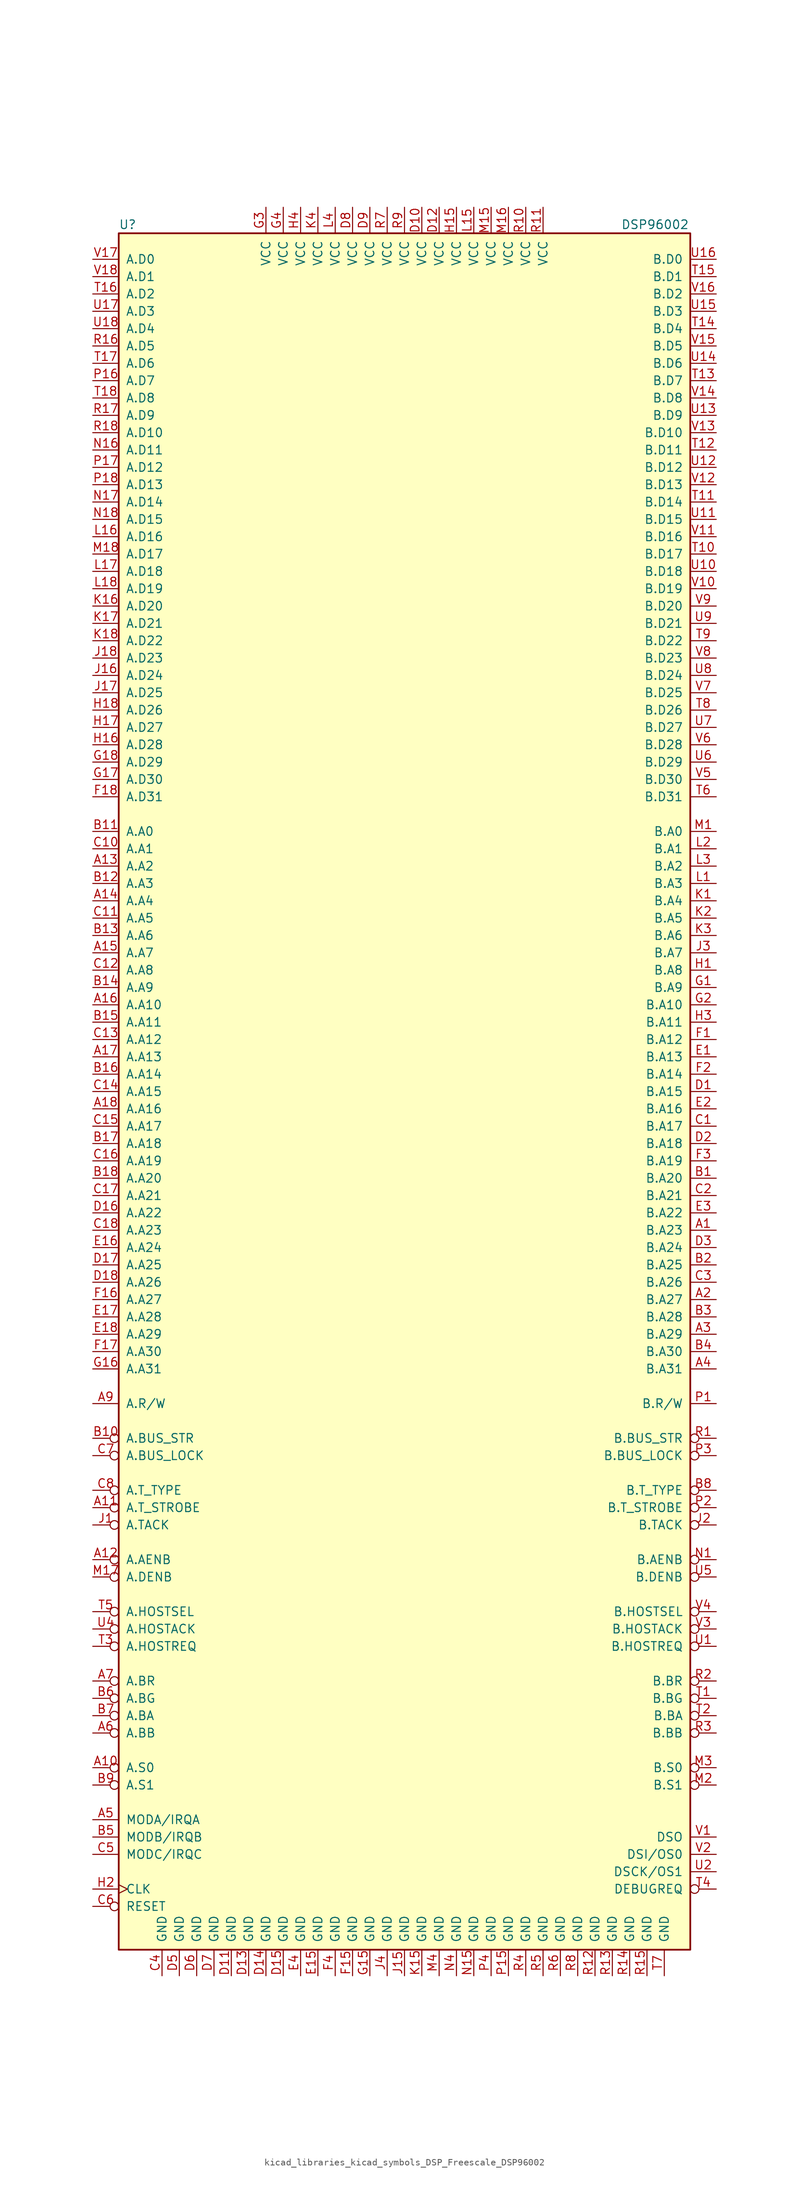
<source format=kicad_sym>
(kicad_symbol_lib
  (version 20220914)
  (generator kicad_symbol_editor)
  (symbol "kicad_libraries_kicad_symbols_DSP_Freescale_DSP96002"
    (pin_names
      (offset 1.016))
    (property "Reference" "U"
      (at -41.91 127 0)
      (effects (font (size 1.27 1.27)) (justify left)))
    (property "Value" "DSP96002"
      (at 31.75 127 0)
      (effects (font (size 1.27 1.27)) (justify left)))
    (symbol "kicad_libraries_kicad_symbols_DSP_Freescale_DSP96002_0_1"
      (rectangle (start -41.91 -125.73) (end 41.91 125.73) (stroke (width 0.254) (type default)) (fill (type background))))
    (symbol "kicad_libraries_kicad_symbols_DSP_Freescale_DSP96002_1_1"
      (pin tri_state line (at 45.72 -20.32 180) (length 3.81) (name "B.A23" (effects (font (size 1.27 1.27)))) (number "A1" (effects (font (size 1.27 1.27)))))
      (pin tri_state inverted (at -45.72 -99.06 0) (length 3.81) (name "A.S0" (effects (font (size 1.27 1.27)))) (number "A10" (effects (font (size 1.27 1.27)))))
      (pin tri_state inverted (at -45.72 -60.96 0) (length 3.81) (name "A.T_STROBE" (effects (font (size 1.27 1.27)))) (number "A11" (effects (font (size 1.27 1.27)))))
      (pin input inverted (at -45.72 -68.58 0) (length 3.81) (name "A.AENB" (effects (font (size 1.27 1.27)))) (number "A12" (effects (font (size 1.27 1.27)))))
      (pin tri_state line (at -45.72 33.02 0) (length 3.81) (name "A.A2" (effects (font (size 1.27 1.27)))) (number "A13" (effects (font (size 1.27 1.27)))))
      (pin tri_state line (at -45.72 27.94 0) (length 3.81) (name "A.A4" (effects (font (size 1.27 1.27)))) (number "A14" (effects (font (size 1.27 1.27)))))
      (pin tri_state line (at -45.72 20.32 0) (length 3.81) (name "A.A7" (effects (font (size 1.27 1.27)))) (number "A15" (effects (font (size 1.27 1.27)))))
      (pin tri_state line (at -45.72 12.7 0) (length 3.81) (name "A.A10" (effects (font (size 1.27 1.27)))) (number "A16" (effects (font (size 1.27 1.27)))))
      (pin tri_state line (at -45.72 5.08 0) (length 3.81) (name "A.A13" (effects (font (size 1.27 1.27)))) (number "A17" (effects (font (size 1.27 1.27)))))
      (pin tri_state line (at -45.72 -2.54 0) (length 3.81) (name "A.A16" (effects (font (size 1.27 1.27)))) (number "A18" (effects (font (size 1.27 1.27)))))
      (pin tri_state line (at 45.72 -30.48 180) (length 3.81) (name "B.A27" (effects (font (size 1.27 1.27)))) (number "A2" (effects (font (size 1.27 1.27)))))
      (pin tri_state line (at 45.72 -35.56 180) (length 3.81) (name "B.A29" (effects (font (size 1.27 1.27)))) (number "A3" (effects (font (size 1.27 1.27)))))
      (pin tri_state line (at 45.72 -40.64 180) (length 3.81) (name "B.A31" (effects (font (size 1.27 1.27)))) (number "A4" (effects (font (size 1.27 1.27)))))
      (pin input line (at -45.72 -106.68 0) (length 3.81) (name "MODA/IRQA" (effects (font (size 1.27 1.27)))) (number "A5" (effects (font (size 1.27 1.27)))))
      (pin input inverted (at -45.72 -93.98 0) (length 3.81) (name "A.BB" (effects (font (size 1.27 1.27)))) (number "A6" (effects (font (size 1.27 1.27)))))
      (pin output inverted (at -45.72 -86.36 0) (length 3.81) (name "A.BR" (effects (font (size 1.27 1.27)))) (number "A7" (effects (font (size 1.27 1.27)))))
      (pin tri_state line (at -45.72 -45.72 0) (length 3.81) (name "A.R/W" (effects (font (size 1.27 1.27)))) (number "A9" (effects (font (size 1.27 1.27)))))
      (pin tri_state line (at 45.72 -12.7 180) (length 3.81) (name "B.A20" (effects (font (size 1.27 1.27)))) (number "B1" (effects (font (size 1.27 1.27)))))
      (pin output inverted (at -45.72 -50.8 0) (length 3.81) (name "A.BUS_STR" (effects (font (size 1.27 1.27)))) (number "B10" (effects (font (size 1.27 1.27)))))
      (pin tri_state line (at -45.72 38.1 0) (length 3.81) (name "A.A0" (effects (font (size 1.27 1.27)))) (number "B11" (effects (font (size 1.27 1.27)))))
      (pin tri_state line (at -45.72 30.48 0) (length 3.81) (name "A.A3" (effects (font (size 1.27 1.27)))) (number "B12" (effects (font (size 1.27 1.27)))))
      (pin tri_state line (at -45.72 22.86 0) (length 3.81) (name "A.A6" (effects (font (size 1.27 1.27)))) (number "B13" (effects (font (size 1.27 1.27)))))
      (pin tri_state line (at -45.72 15.24 0) (length 3.81) (name "A.A9" (effects (font (size 1.27 1.27)))) (number "B14" (effects (font (size 1.27 1.27)))))
      (pin tri_state line (at -45.72 10.16 0) (length 3.81) (name "A.A11" (effects (font (size 1.27 1.27)))) (number "B15" (effects (font (size 1.27 1.27)))))
      (pin tri_state line (at -45.72 2.54 0) (length 3.81) (name "A.A14" (effects (font (size 1.27 1.27)))) (number "B16" (effects (font (size 1.27 1.27)))))
      (pin tri_state line (at -45.72 -7.62 0) (length 3.81) (name "A.A18" (effects (font (size 1.27 1.27)))) (number "B17" (effects (font (size 1.27 1.27)))))
      (pin tri_state line (at -45.72 -12.7 0) (length 3.81) (name "A.A20" (effects (font (size 1.27 1.27)))) (number "B18" (effects (font (size 1.27 1.27)))))
      (pin tri_state line (at 45.72 -25.4 180) (length 3.81) (name "B.A25" (effects (font (size 1.27 1.27)))) (number "B2" (effects (font (size 1.27 1.27)))))
      (pin tri_state line (at 45.72 -33.02 180) (length 3.81) (name "B.A28" (effects (font (size 1.27 1.27)))) (number "B3" (effects (font (size 1.27 1.27)))))
      (pin tri_state line (at 45.72 -38.1 180) (length 3.81) (name "B.A30" (effects (font (size 1.27 1.27)))) (number "B4" (effects (font (size 1.27 1.27)))))
      (pin input line (at -45.72 -109.22 0) (length 3.81) (name "MODB/IRQB" (effects (font (size 1.27 1.27)))) (number "B5" (effects (font (size 1.27 1.27)))))
      (pin input inverted (at -45.72 -88.9 0) (length 3.81) (name "A.BG" (effects (font (size 1.27 1.27)))) (number "B6" (effects (font (size 1.27 1.27)))))
      (pin open_collector inverted (at -45.72 -91.44 0) (length 3.81) (name "A.BA" (effects (font (size 1.27 1.27)))) (number "B7" (effects (font (size 1.27 1.27)))))
      (pin output inverted (at 45.72 -58.42 180) (length 3.81) (name "B.T_TYPE" (effects (font (size 1.27 1.27)))) (number "B8" (effects (font (size 1.27 1.27)))))
      (pin tri_state inverted (at -45.72 -101.6 0) (length 3.81) (name "A.S1" (effects (font (size 1.27 1.27)))) (number "B9" (effects (font (size 1.27 1.27)))))
      (pin tri_state line (at 45.72 -5.08 180) (length 3.81) (name "B.A17" (effects (font (size 1.27 1.27)))) (number "C1" (effects (font (size 1.27 1.27)))))
      (pin tri_state line (at -45.72 35.56 0) (length 3.81) (name "A.A1" (effects (font (size 1.27 1.27)))) (number "C10" (effects (font (size 1.27 1.27)))))
      (pin tri_state line (at -45.72 25.4 0) (length 3.81) (name "A.A5" (effects (font (size 1.27 1.27)))) (number "C11" (effects (font (size 1.27 1.27)))))
      (pin tri_state line (at -45.72 17.78 0) (length 3.81) (name "A.A8" (effects (font (size 1.27 1.27)))) (number "C12" (effects (font (size 1.27 1.27)))))
      (pin tri_state line (at -45.72 7.62 0) (length 3.81) (name "A.A12" (effects (font (size 1.27 1.27)))) (number "C13" (effects (font (size 1.27 1.27)))))
      (pin tri_state line (at -45.72 0 0) (length 3.81) (name "A.A15" (effects (font (size 1.27 1.27)))) (number "C14" (effects (font (size 1.27 1.27)))))
      (pin tri_state line (at -45.72 -5.08 0) (length 3.81) (name "A.A17" (effects (font (size 1.27 1.27)))) (number "C15" (effects (font (size 1.27 1.27)))))
      (pin tri_state line (at -45.72 -10.16 0) (length 3.81) (name "A.A19" (effects (font (size 1.27 1.27)))) (number "C16" (effects (font (size 1.27 1.27)))))
      (pin tri_state line (at -45.72 -15.24 0) (length 3.81) (name "A.A21" (effects (font (size 1.27 1.27)))) (number "C17" (effects (font (size 1.27 1.27)))))
      (pin tri_state line (at -45.72 -20.32 0) (length 3.81) (name "A.A23" (effects (font (size 1.27 1.27)))) (number "C18" (effects (font (size 1.27 1.27)))))
      (pin tri_state line (at 45.72 -15.24 180) (length 3.81) (name "B.A21" (effects (font (size 1.27 1.27)))) (number "C2" (effects (font (size 1.27 1.27)))))
      (pin tri_state line (at 45.72 -27.94 180) (length 3.81) (name "B.A26" (effects (font (size 1.27 1.27)))) (number "C3" (effects (font (size 1.27 1.27)))))
      (pin power_in line (at -35.56 -129.54 90) (length 3.81) (name "GND" (effects (font (size 1.27 1.27)))) (number "C4" (effects (font (size 1.27 1.27)))))
      (pin input line (at -45.72 -111.76 0) (length 3.81) (name "MODC/IRQC" (effects (font (size 1.27 1.27)))) (number "C5" (effects (font (size 1.27 1.27)))))
      (pin input inverted (at -45.72 -119.38 0) (length 3.81) (name "RESET" (effects (font (size 1.27 1.27)))) (number "C6" (effects (font (size 1.27 1.27)))))
      (pin output inverted (at -45.72 -53.34 0) (length 3.81) (name "A.BUS_LOCK" (effects (font (size 1.27 1.27)))) (number "C7" (effects (font (size 1.27 1.27)))))
      (pin output inverted (at -45.72 -58.42 0) (length 3.81) (name "A.T_TYPE" (effects (font (size 1.27 1.27)))) (number "C8" (effects (font (size 1.27 1.27)))))
      (pin tri_state line (at 45.72 0 180) (length 3.81) (name "B.A15" (effects (font (size 1.27 1.27)))) (number "D1" (effects (font (size 1.27 1.27)))))
      (pin power_in line (at 2.54 129.54 270) (length 3.81) (name "VCC" (effects (font (size 1.27 1.27)))) (number "D10" (effects (font (size 1.27 1.27)))))
      (pin power_in line (at -25.4 -129.54 90) (length 3.81) (name "GND" (effects (font (size 1.27 1.27)))) (number "D11" (effects (font (size 1.27 1.27)))))
      (pin power_in line (at 5.08 129.54 270) (length 3.81) (name "VCC" (effects (font (size 1.27 1.27)))) (number "D12" (effects (font (size 1.27 1.27)))))
      (pin power_in line (at -22.86 -129.54 90) (length 3.81) (name "GND" (effects (font (size 1.27 1.27)))) (number "D13" (effects (font (size 1.27 1.27)))))
      (pin power_in line (at -20.32 -129.54 90) (length 3.81) (name "GND" (effects (font (size 1.27 1.27)))) (number "D14" (effects (font (size 1.27 1.27)))))
      (pin power_in line (at -17.78 -129.54 90) (length 3.81) (name "GND" (effects (font (size 1.27 1.27)))) (number "D15" (effects (font (size 1.27 1.27)))))
      (pin tri_state line (at -45.72 -17.78 0) (length 3.81) (name "A.A22" (effects (font (size 1.27 1.27)))) (number "D16" (effects (font (size 1.27 1.27)))))
      (pin tri_state line (at -45.72 -25.4 0) (length 3.81) (name "A.A25" (effects (font (size 1.27 1.27)))) (number "D17" (effects (font (size 1.27 1.27)))))
      (pin tri_state line (at -45.72 -27.94 0) (length 3.81) (name "A.A26" (effects (font (size 1.27 1.27)))) (number "D18" (effects (font (size 1.27 1.27)))))
      (pin tri_state line (at 45.72 -7.62 180) (length 3.81) (name "B.A18" (effects (font (size 1.27 1.27)))) (number "D2" (effects (font (size 1.27 1.27)))))
      (pin tri_state line (at 45.72 -22.86 180) (length 3.81) (name "B.A24" (effects (font (size 1.27 1.27)))) (number "D3" (effects (font (size 1.27 1.27)))))
      (pin power_in line (at -33.02 -129.54 90) (length 3.81) (name "GND" (effects (font (size 1.27 1.27)))) (number "D5" (effects (font (size 1.27 1.27)))))
      (pin power_in line (at -30.48 -129.54 90) (length 3.81) (name "GND" (effects (font (size 1.27 1.27)))) (number "D6" (effects (font (size 1.27 1.27)))))
      (pin power_in line (at -27.94 -129.54 90) (length 3.81) (name "GND" (effects (font (size 1.27 1.27)))) (number "D7" (effects (font (size 1.27 1.27)))))
      (pin power_in line (at -7.62 129.54 270) (length 3.81) (name "VCC" (effects (font (size 1.27 1.27)))) (number "D8" (effects (font (size 1.27 1.27)))))
      (pin power_in line (at -5.08 129.54 270) (length 3.81) (name "VCC" (effects (font (size 1.27 1.27)))) (number "D9" (effects (font (size 1.27 1.27)))))
      (pin tri_state line (at 45.72 5.08 180) (length 3.81) (name "B.A13" (effects (font (size 1.27 1.27)))) (number "E1" (effects (font (size 1.27 1.27)))))
      (pin power_in line (at -12.7 -129.54 90) (length 3.81) (name "GND" (effects (font (size 1.27 1.27)))) (number "E15" (effects (font (size 1.27 1.27)))))
      (pin tri_state line (at -45.72 -22.86 0) (length 3.81) (name "A.A24" (effects (font (size 1.27 1.27)))) (number "E16" (effects (font (size 1.27 1.27)))))
      (pin tri_state line (at -45.72 -33.02 0) (length 3.81) (name "A.A28" (effects (font (size 1.27 1.27)))) (number "E17" (effects (font (size 1.27 1.27)))))
      (pin tri_state line (at -45.72 -35.56 0) (length 3.81) (name "A.A29" (effects (font (size 1.27 1.27)))) (number "E18" (effects (font (size 1.27 1.27)))))
      (pin tri_state line (at 45.72 -2.54 180) (length 3.81) (name "B.A16" (effects (font (size 1.27 1.27)))) (number "E2" (effects (font (size 1.27 1.27)))))
      (pin tri_state line (at 45.72 -17.78 180) (length 3.81) (name "B.A22" (effects (font (size 1.27 1.27)))) (number "E3" (effects (font (size 1.27 1.27)))))
      (pin power_in line (at -15.24 -129.54 90) (length 3.81) (name "GND" (effects (font (size 1.27 1.27)))) (number "E4" (effects (font (size 1.27 1.27)))))
      (pin tri_state line (at 45.72 7.62 180) (length 3.81) (name "B.A12" (effects (font (size 1.27 1.27)))) (number "F1" (effects (font (size 1.27 1.27)))))
      (pin power_in line (at -7.62 -129.54 90) (length 3.81) (name "GND" (effects (font (size 1.27 1.27)))) (number "F15" (effects (font (size 1.27 1.27)))))
      (pin tri_state line (at -45.72 -30.48 0) (length 3.81) (name "A.A27" (effects (font (size 1.27 1.27)))) (number "F16" (effects (font (size 1.27 1.27)))))
      (pin tri_state line (at -45.72 -38.1 0) (length 3.81) (name "A.A30" (effects (font (size 1.27 1.27)))) (number "F17" (effects (font (size 1.27 1.27)))))
      (pin tri_state line (at -45.72 43.18 0) (length 3.81) (name "A.D31" (effects (font (size 1.27 1.27)))) (number "F18" (effects (font (size 1.27 1.27)))))
      (pin tri_state line (at 45.72 2.54 180) (length 3.81) (name "B.A14" (effects (font (size 1.27 1.27)))) (number "F2" (effects (font (size 1.27 1.27)))))
      (pin tri_state line (at 45.72 -10.16 180) (length 3.81) (name "B.A19" (effects (font (size 1.27 1.27)))) (number "F3" (effects (font (size 1.27 1.27)))))
      (pin power_in line (at -10.16 -129.54 90) (length 3.81) (name "GND" (effects (font (size 1.27 1.27)))) (number "F4" (effects (font (size 1.27 1.27)))))
      (pin tri_state line (at 45.72 15.24 180) (length 3.81) (name "B.A9" (effects (font (size 1.27 1.27)))) (number "G1" (effects (font (size 1.27 1.27)))))
      (pin power_in line (at -5.08 -129.54 90) (length 3.81) (name "GND" (effects (font (size 1.27 1.27)))) (number "G15" (effects (font (size 1.27 1.27)))))
      (pin tri_state line (at -45.72 -40.64 0) (length 3.81) (name "A.A31" (effects (font (size 1.27 1.27)))) (number "G16" (effects (font (size 1.27 1.27)))))
      (pin tri_state line (at -45.72 45.72 0) (length 3.81) (name "A.D30" (effects (font (size 1.27 1.27)))) (number "G17" (effects (font (size 1.27 1.27)))))
      (pin tri_state line (at -45.72 48.26 0) (length 3.81) (name "A.D29" (effects (font (size 1.27 1.27)))) (number "G18" (effects (font (size 1.27 1.27)))))
      (pin tri_state line (at 45.72 12.7 180) (length 3.81) (name "B.A10" (effects (font (size 1.27 1.27)))) (number "G2" (effects (font (size 1.27 1.27)))))
      (pin power_in line (at -20.32 129.54 270) (length 3.81) (name "VCC" (effects (font (size 1.27 1.27)))) (number "G3" (effects (font (size 1.27 1.27)))))
      (pin power_in line (at -17.78 129.54 270) (length 3.81) (name "VCC" (effects (font (size 1.27 1.27)))) (number "G4" (effects (font (size 1.27 1.27)))))
      (pin tri_state line (at 45.72 17.78 180) (length 3.81) (name "B.A8" (effects (font (size 1.27 1.27)))) (number "H1" (effects (font (size 1.27 1.27)))))
      (pin power_in line (at 7.62 129.54 270) (length 3.81) (name "VCC" (effects (font (size 1.27 1.27)))) (number "H15" (effects (font (size 1.27 1.27)))))
      (pin tri_state line (at -45.72 50.8 0) (length 3.81) (name "A.D28" (effects (font (size 1.27 1.27)))) (number "H16" (effects (font (size 1.27 1.27)))))
      (pin tri_state line (at -45.72 53.34 0) (length 3.81) (name "A.D27" (effects (font (size 1.27 1.27)))) (number "H17" (effects (font (size 1.27 1.27)))))
      (pin tri_state line (at -45.72 55.88 0) (length 3.81) (name "A.D26" (effects (font (size 1.27 1.27)))) (number "H18" (effects (font (size 1.27 1.27)))))
      (pin input clock (at -45.72 -116.84 0) (length 3.81) (name "CLK" (effects (font (size 1.27 1.27)))) (number "H2" (effects (font (size 1.27 1.27)))))
      (pin tri_state line (at 45.72 10.16 180) (length 3.81) (name "B.A11" (effects (font (size 1.27 1.27)))) (number "H3" (effects (font (size 1.27 1.27)))))
      (pin power_in line (at -15.24 129.54 270) (length 3.81) (name "VCC" (effects (font (size 1.27 1.27)))) (number "H4" (effects (font (size 1.27 1.27)))))
      (pin input inverted (at -45.72 -63.5 0) (length 3.81) (name "A.TACK" (effects (font (size 1.27 1.27)))) (number "J1" (effects (font (size 1.27 1.27)))))
      (pin power_in line (at 0 -129.54 90) (length 3.81) (name "GND" (effects (font (size 1.27 1.27)))) (number "J15" (effects (font (size 1.27 1.27)))))
      (pin tri_state line (at -45.72 60.96 0) (length 3.81) (name "A.D24" (effects (font (size 1.27 1.27)))) (number "J16" (effects (font (size 1.27 1.27)))))
      (pin tri_state line (at -45.72 58.42 0) (length 3.81) (name "A.D25" (effects (font (size 1.27 1.27)))) (number "J17" (effects (font (size 1.27 1.27)))))
      (pin tri_state line (at -45.72 63.5 0) (length 3.81) (name "A.D23" (effects (font (size 1.27 1.27)))) (number "J18" (effects (font (size 1.27 1.27)))))
      (pin input inverted (at 45.72 -63.5 180) (length 3.81) (name "B.TACK" (effects (font (size 1.27 1.27)))) (number "J2" (effects (font (size 1.27 1.27)))))
      (pin tri_state line (at 45.72 20.32 180) (length 3.81) (name "B.A7" (effects (font (size 1.27 1.27)))) (number "J3" (effects (font (size 1.27 1.27)))))
      (pin power_in line (at -2.54 -129.54 90) (length 3.81) (name "GND" (effects (font (size 1.27 1.27)))) (number "J4" (effects (font (size 1.27 1.27)))))
      (pin tri_state line (at 45.72 27.94 180) (length 3.81) (name "B.A4" (effects (font (size 1.27 1.27)))) (number "K1" (effects (font (size 1.27 1.27)))))
      (pin power_in line (at 2.54 -129.54 90) (length 3.81) (name "GND" (effects (font (size 1.27 1.27)))) (number "K15" (effects (font (size 1.27 1.27)))))
      (pin tri_state line (at -45.72 71.12 0) (length 3.81) (name "A.D20" (effects (font (size 1.27 1.27)))) (number "K16" (effects (font (size 1.27 1.27)))))
      (pin tri_state line (at -45.72 68.58 0) (length 3.81) (name "A.D21" (effects (font (size 1.27 1.27)))) (number "K17" (effects (font (size 1.27 1.27)))))
      (pin tri_state line (at -45.72 66.04 0) (length 3.81) (name "A.D22" (effects (font (size 1.27 1.27)))) (number "K18" (effects (font (size 1.27 1.27)))))
      (pin tri_state line (at 45.72 25.4 180) (length 3.81) (name "B.A5" (effects (font (size 1.27 1.27)))) (number "K2" (effects (font (size 1.27 1.27)))))
      (pin tri_state line (at 45.72 22.86 180) (length 3.81) (name "B.A6" (effects (font (size 1.27 1.27)))) (number "K3" (effects (font (size 1.27 1.27)))))
      (pin power_in line (at -12.7 129.54 270) (length 3.81) (name "VCC" (effects (font (size 1.27 1.27)))) (number "K4" (effects (font (size 1.27 1.27)))))
      (pin tri_state line (at 45.72 30.48 180) (length 3.81) (name "B.A3" (effects (font (size 1.27 1.27)))) (number "L1" (effects (font (size 1.27 1.27)))))
      (pin power_in line (at 10.16 129.54 270) (length 3.81) (name "VCC" (effects (font (size 1.27 1.27)))) (number "L15" (effects (font (size 1.27 1.27)))))
      (pin tri_state line (at -45.72 81.28 0) (length 3.81) (name "A.D16" (effects (font (size 1.27 1.27)))) (number "L16" (effects (font (size 1.27 1.27)))))
      (pin tri_state line (at -45.72 76.2 0) (length 3.81) (name "A.D18" (effects (font (size 1.27 1.27)))) (number "L17" (effects (font (size 1.27 1.27)))))
      (pin tri_state line (at -45.72 73.66 0) (length 3.81) (name "A.D19" (effects (font (size 1.27 1.27)))) (number "L18" (effects (font (size 1.27 1.27)))))
      (pin tri_state line (at 45.72 35.56 180) (length 3.81) (name "B.A1" (effects (font (size 1.27 1.27)))) (number "L2" (effects (font (size 1.27 1.27)))))
      (pin tri_state line (at 45.72 33.02 180) (length 3.81) (name "B.A2" (effects (font (size 1.27 1.27)))) (number "L3" (effects (font (size 1.27 1.27)))))
      (pin power_in line (at -10.16 129.54 270) (length 3.81) (name "VCC" (effects (font (size 1.27 1.27)))) (number "L4" (effects (font (size 1.27 1.27)))))
      (pin tri_state line (at 45.72 38.1 180) (length 3.81) (name "B.A0" (effects (font (size 1.27 1.27)))) (number "M1" (effects (font (size 1.27 1.27)))))
      (pin power_in line (at 12.7 129.54 270) (length 3.81) (name "VCC" (effects (font (size 1.27 1.27)))) (number "M15" (effects (font (size 1.27 1.27)))))
      (pin power_in line (at 15.24 129.54 270) (length 3.81) (name "VCC" (effects (font (size 1.27 1.27)))) (number "M16" (effects (font (size 1.27 1.27)))))
      (pin input inverted (at -45.72 -71.12 0) (length 3.81) (name "A.DENB" (effects (font (size 1.27 1.27)))) (number "M17" (effects (font (size 1.27 1.27)))))
      (pin tri_state line (at -45.72 78.74 0) (length 3.81) (name "A.D17" (effects (font (size 1.27 1.27)))) (number "M18" (effects (font (size 1.27 1.27)))))
      (pin tri_state inverted (at 45.72 -101.6 180) (length 3.81) (name "B.S1" (effects (font (size 1.27 1.27)))) (number "M2" (effects (font (size 1.27 1.27)))))
      (pin tri_state inverted (at 45.72 -99.06 180) (length 3.81) (name "B.S0" (effects (font (size 1.27 1.27)))) (number "M3" (effects (font (size 1.27 1.27)))))
      (pin power_in line (at 5.08 -129.54 90) (length 3.81) (name "GND" (effects (font (size 1.27 1.27)))) (number "M4" (effects (font (size 1.27 1.27)))))
      (pin input inverted (at 45.72 -68.58 180) (length 3.81) (name "B.AENB" (effects (font (size 1.27 1.27)))) (number "N1" (effects (font (size 1.27 1.27)))))
      (pin power_in line (at 10.16 -129.54 90) (length 3.81) (name "GND" (effects (font (size 1.27 1.27)))) (number "N15" (effects (font (size 1.27 1.27)))))
      (pin tri_state line (at -45.72 93.98 0) (length 3.81) (name "A.D11" (effects (font (size 1.27 1.27)))) (number "N16" (effects (font (size 1.27 1.27)))))
      (pin tri_state line (at -45.72 86.36 0) (length 3.81) (name "A.D14" (effects (font (size 1.27 1.27)))) (number "N17" (effects (font (size 1.27 1.27)))))
      (pin tri_state line (at -45.72 83.82 0) (length 3.81) (name "A.D15" (effects (font (size 1.27 1.27)))) (number "N18" (effects (font (size 1.27 1.27)))))
      (pin power_in line (at 7.62 -129.54 90) (length 3.81) (name "GND" (effects (font (size 1.27 1.27)))) (number "N4" (effects (font (size 1.27 1.27)))))
      (pin tri_state line (at 45.72 -45.72 180) (length 3.81) (name "B.R/W" (effects (font (size 1.27 1.27)))) (number "P1" (effects (font (size 1.27 1.27)))))
      (pin power_in line (at 15.24 -129.54 90) (length 3.81) (name "GND" (effects (font (size 1.27 1.27)))) (number "P15" (effects (font (size 1.27 1.27)))))
      (pin tri_state line (at -45.72 104.14 0) (length 3.81) (name "A.D7" (effects (font (size 1.27 1.27)))) (number "P16" (effects (font (size 1.27 1.27)))))
      (pin tri_state line (at -45.72 91.44 0) (length 3.81) (name "A.D12" (effects (font (size 1.27 1.27)))) (number "P17" (effects (font (size 1.27 1.27)))))
      (pin tri_state line (at -45.72 88.9 0) (length 3.81) (name "A.D13" (effects (font (size 1.27 1.27)))) (number "P18" (effects (font (size 1.27 1.27)))))
      (pin tri_state inverted (at 45.72 -60.96 180) (length 3.81) (name "B.T_STROBE" (effects (font (size 1.27 1.27)))) (number "P2" (effects (font (size 1.27 1.27)))))
      (pin output inverted (at 45.72 -53.34 180) (length 3.81) (name "B.BUS_LOCK" (effects (font (size 1.27 1.27)))) (number "P3" (effects (font (size 1.27 1.27)))))
      (pin power_in line (at 12.7 -129.54 90) (length 3.81) (name "GND" (effects (font (size 1.27 1.27)))) (number "P4" (effects (font (size 1.27 1.27)))))
      (pin output inverted (at 45.72 -50.8 180) (length 3.81) (name "B.BUS_STR" (effects (font (size 1.27 1.27)))) (number "R1" (effects (font (size 1.27 1.27)))))
      (pin power_in line (at 17.78 129.54 270) (length 3.81) (name "VCC" (effects (font (size 1.27 1.27)))) (number "R10" (effects (font (size 1.27 1.27)))))
      (pin power_in line (at 20.32 129.54 270) (length 3.81) (name "VCC" (effects (font (size 1.27 1.27)))) (number "R11" (effects (font (size 1.27 1.27)))))
      (pin power_in line (at 27.94 -129.54 90) (length 3.81) (name "GND" (effects (font (size 1.27 1.27)))) (number "R12" (effects (font (size 1.27 1.27)))))
      (pin power_in line (at 30.48 -129.54 90) (length 3.81) (name "GND" (effects (font (size 1.27 1.27)))) (number "R13" (effects (font (size 1.27 1.27)))))
      (pin power_in line (at 33.02 -129.54 90) (length 3.81) (name "GND" (effects (font (size 1.27 1.27)))) (number "R14" (effects (font (size 1.27 1.27)))))
      (pin power_in line (at 35.56 -129.54 90) (length 3.81) (name "GND" (effects (font (size 1.27 1.27)))) (number "R15" (effects (font (size 1.27 1.27)))))
      (pin tri_state line (at -45.72 109.22 0) (length 3.81) (name "A.D5" (effects (font (size 1.27 1.27)))) (number "R16" (effects (font (size 1.27 1.27)))))
      (pin tri_state line (at -45.72 99.06 0) (length 3.81) (name "A.D9" (effects (font (size 1.27 1.27)))) (number "R17" (effects (font (size 1.27 1.27)))))
      (pin tri_state line (at -45.72 96.52 0) (length 3.81) (name "A.D10" (effects (font (size 1.27 1.27)))) (number "R18" (effects (font (size 1.27 1.27)))))
      (pin output inverted (at 45.72 -86.36 180) (length 3.81) (name "B.BR" (effects (font (size 1.27 1.27)))) (number "R2" (effects (font (size 1.27 1.27)))))
      (pin input inverted (at 45.72 -93.98 180) (length 3.81) (name "B.BB" (effects (font (size 1.27 1.27)))) (number "R3" (effects (font (size 1.27 1.27)))))
      (pin power_in line (at 17.78 -129.54 90) (length 3.81) (name "GND" (effects (font (size 1.27 1.27)))) (number "R4" (effects (font (size 1.27 1.27)))))
      (pin power_in line (at 20.32 -129.54 90) (length 3.81) (name "GND" (effects (font (size 1.27 1.27)))) (number "R5" (effects (font (size 1.27 1.27)))))
      (pin power_in line (at 22.86 -129.54 90) (length 3.81) (name "GND" (effects (font (size 1.27 1.27)))) (number "R6" (effects (font (size 1.27 1.27)))))
      (pin power_in line (at -2.54 129.54 270) (length 3.81) (name "VCC" (effects (font (size 1.27 1.27)))) (number "R7" (effects (font (size 1.27 1.27)))))
      (pin power_in line (at 25.4 -129.54 90) (length 3.81) (name "GND" (effects (font (size 1.27 1.27)))) (number "R8" (effects (font (size 1.27 1.27)))))
      (pin power_in line (at 0 129.54 270) (length 3.81) (name "VCC" (effects (font (size 1.27 1.27)))) (number "R9" (effects (font (size 1.27 1.27)))))
      (pin input inverted (at 45.72 -88.9 180) (length 3.81) (name "B.BG" (effects (font (size 1.27 1.27)))) (number "T1" (effects (font (size 1.27 1.27)))))
      (pin tri_state line (at 45.72 78.74 180) (length 3.81) (name "B.D17" (effects (font (size 1.27 1.27)))) (number "T10" (effects (font (size 1.27 1.27)))))
      (pin tri_state line (at 45.72 86.36 180) (length 3.81) (name "B.D14" (effects (font (size 1.27 1.27)))) (number "T11" (effects (font (size 1.27 1.27)))))
      (pin tri_state line (at 45.72 93.98 180) (length 3.81) (name "B.D11" (effects (font (size 1.27 1.27)))) (number "T12" (effects (font (size 1.27 1.27)))))
      (pin tri_state line (at 45.72 104.14 180) (length 3.81) (name "B.D7" (effects (font (size 1.27 1.27)))) (number "T13" (effects (font (size 1.27 1.27)))))
      (pin tri_state line (at 45.72 111.76 180) (length 3.81) (name "B.D4" (effects (font (size 1.27 1.27)))) (number "T14" (effects (font (size 1.27 1.27)))))
      (pin tri_state line (at 45.72 119.38 180) (length 3.81) (name "B.D1" (effects (font (size 1.27 1.27)))) (number "T15" (effects (font (size 1.27 1.27)))))
      (pin tri_state line (at -45.72 116.84 0) (length 3.81) (name "A.D2" (effects (font (size 1.27 1.27)))) (number "T16" (effects (font (size 1.27 1.27)))))
      (pin tri_state line (at -45.72 106.68 0) (length 3.81) (name "A.D6" (effects (font (size 1.27 1.27)))) (number "T17" (effects (font (size 1.27 1.27)))))
      (pin tri_state line (at -45.72 101.6 0) (length 3.81) (name "A.D8" (effects (font (size 1.27 1.27)))) (number "T18" (effects (font (size 1.27 1.27)))))
      (pin open_collector inverted (at 45.72 -91.44 180) (length 3.81) (name "B.BA" (effects (font (size 1.27 1.27)))) (number "T2" (effects (font (size 1.27 1.27)))))
      (pin output inverted (at -45.72 -81.28 0) (length 3.81) (name "A.HOSTREQ" (effects (font (size 1.27 1.27)))) (number "T3" (effects (font (size 1.27 1.27)))))
      (pin input inverted (at 45.72 -116.84 180) (length 3.81) (name "DEBUGREQ" (effects (font (size 1.27 1.27)))) (number "T4" (effects (font (size 1.27 1.27)))))
      (pin input inverted (at -45.72 -76.2 0) (length 3.81) (name "A.HOSTSEL" (effects (font (size 1.27 1.27)))) (number "T5" (effects (font (size 1.27 1.27)))))
      (pin tri_state line (at 45.72 43.18 180) (length 3.81) (name "B.D31" (effects (font (size 1.27 1.27)))) (number "T6" (effects (font (size 1.27 1.27)))))
      (pin power_in line (at 38.1 -129.54 90) (length 3.81) (name "GND" (effects (font (size 1.27 1.27)))) (number "T7" (effects (font (size 1.27 1.27)))))
      (pin tri_state line (at 45.72 55.88 180) (length 3.81) (name "B.D26" (effects (font (size 1.27 1.27)))) (number "T8" (effects (font (size 1.27 1.27)))))
      (pin tri_state line (at 45.72 66.04 180) (length 3.81) (name "B.D22" (effects (font (size 1.27 1.27)))) (number "T9" (effects (font (size 1.27 1.27)))))
      (pin output inverted (at 45.72 -81.28 180) (length 3.81) (name "B.HOSTREQ" (effects (font (size 1.27 1.27)))) (number "U1" (effects (font (size 1.27 1.27)))))
      (pin tri_state line (at 45.72 76.2 180) (length 3.81) (name "B.D18" (effects (font (size 1.27 1.27)))) (number "U10" (effects (font (size 1.27 1.27)))))
      (pin tri_state line (at 45.72 83.82 180) (length 3.81) (name "B.D15" (effects (font (size 1.27 1.27)))) (number "U11" (effects (font (size 1.27 1.27)))))
      (pin tri_state line (at 45.72 91.44 180) (length 3.81) (name "B.D12" (effects (font (size 1.27 1.27)))) (number "U12" (effects (font (size 1.27 1.27)))))
      (pin tri_state line (at 45.72 99.06 180) (length 3.81) (name "B.D9" (effects (font (size 1.27 1.27)))) (number "U13" (effects (font (size 1.27 1.27)))))
      (pin tri_state line (at 45.72 106.68 180) (length 3.81) (name "B.D6" (effects (font (size 1.27 1.27)))) (number "U14" (effects (font (size 1.27 1.27)))))
      (pin tri_state line (at 45.72 114.3 180) (length 3.81) (name "B.D3" (effects (font (size 1.27 1.27)))) (number "U15" (effects (font (size 1.27 1.27)))))
      (pin tri_state line (at 45.72 121.92 180) (length 3.81) (name "B.D0" (effects (font (size 1.27 1.27)))) (number "U16" (effects (font (size 1.27 1.27)))))
      (pin tri_state line (at -45.72 114.3 0) (length 3.81) (name "A.D3" (effects (font (size 1.27 1.27)))) (number "U17" (effects (font (size 1.27 1.27)))))
      (pin tri_state line (at -45.72 111.76 0) (length 3.81) (name "A.D4" (effects (font (size 1.27 1.27)))) (number "U18" (effects (font (size 1.27 1.27)))))
      (pin bidirectional line (at 45.72 -114.3 180) (length 3.81) (name "DSCK/OS1" (effects (font (size 1.27 1.27)))) (number "U2" (effects (font (size 1.27 1.27)))))
      (pin input inverted (at -45.72 -78.74 0) (length 3.81) (name "A.HOSTACK" (effects (font (size 1.27 1.27)))) (number "U4" (effects (font (size 1.27 1.27)))))
      (pin input inverted (at 45.72 -71.12 180) (length 3.81) (name "B.DENB" (effects (font (size 1.27 1.27)))) (number "U5" (effects (font (size 1.27 1.27)))))
      (pin tri_state line (at 45.72 48.26 180) (length 3.81) (name "B.D29" (effects (font (size 1.27 1.27)))) (number "U6" (effects (font (size 1.27 1.27)))))
      (pin tri_state line (at 45.72 53.34 180) (length 3.81) (name "B.D27" (effects (font (size 1.27 1.27)))) (number "U7" (effects (font (size 1.27 1.27)))))
      (pin tri_state line (at 45.72 60.96 180) (length 3.81) (name "B.D24" (effects (font (size 1.27 1.27)))) (number "U8" (effects (font (size 1.27 1.27)))))
      (pin tri_state line (at 45.72 68.58 180) (length 3.81) (name "B.D21" (effects (font (size 1.27 1.27)))) (number "U9" (effects (font (size 1.27 1.27)))))
      (pin output line (at 45.72 -109.22 180) (length 3.81) (name "DSO" (effects (font (size 1.27 1.27)))) (number "V1" (effects (font (size 1.27 1.27)))))
      (pin tri_state line (at 45.72 73.66 180) (length 3.81) (name "B.D19" (effects (font (size 1.27 1.27)))) (number "V10" (effects (font (size 1.27 1.27)))))
      (pin tri_state line (at 45.72 81.28 180) (length 3.81) (name "B.D16" (effects (font (size 1.27 1.27)))) (number "V11" (effects (font (size 1.27 1.27)))))
      (pin tri_state line (at 45.72 88.9 180) (length 3.81) (name "B.D13" (effects (font (size 1.27 1.27)))) (number "V12" (effects (font (size 1.27 1.27)))))
      (pin tri_state line (at 45.72 96.52 180) (length 3.81) (name "B.D10" (effects (font (size 1.27 1.27)))) (number "V13" (effects (font (size 1.27 1.27)))))
      (pin tri_state line (at 45.72 101.6 180) (length 3.81) (name "B.D8" (effects (font (size 1.27 1.27)))) (number "V14" (effects (font (size 1.27 1.27)))))
      (pin tri_state line (at 45.72 109.22 180) (length 3.81) (name "B.D5" (effects (font (size 1.27 1.27)))) (number "V15" (effects (font (size 1.27 1.27)))))
      (pin tri_state line (at 45.72 116.84 180) (length 3.81) (name "B.D2" (effects (font (size 1.27 1.27)))) (number "V16" (effects (font (size 1.27 1.27)))))
      (pin tri_state line (at -45.72 121.92 0) (length 3.81) (name "A.D0" (effects (font (size 1.27 1.27)))) (number "V17" (effects (font (size 1.27 1.27)))))
      (pin tri_state line (at -45.72 119.38 0) (length 3.81) (name "A.D1" (effects (font (size 1.27 1.27)))) (number "V18" (effects (font (size 1.27 1.27)))))
      (pin bidirectional line (at 45.72 -111.76 180) (length 3.81) (name "DSI/OS0" (effects (font (size 1.27 1.27)))) (number "V2" (effects (font (size 1.27 1.27)))))
      (pin input inverted (at 45.72 -78.74 180) (length 3.81) (name "B.HOSTACK" (effects (font (size 1.27 1.27)))) (number "V3" (effects (font (size 1.27 1.27)))))
      (pin input inverted (at 45.72 -76.2 180) (length 3.81) (name "B.HOSTSEL" (effects (font (size 1.27 1.27)))) (number "V4" (effects (font (size 1.27 1.27)))))
      (pin tri_state line (at 45.72 45.72 180) (length 3.81) (name "B.D30" (effects (font (size 1.27 1.27)))) (number "V5" (effects (font (size 1.27 1.27)))))
      (pin tri_state line (at 45.72 50.8 180) (length 3.81) (name "B.D28" (effects (font (size 1.27 1.27)))) (number "V6" (effects (font (size 1.27 1.27)))))
      (pin tri_state line (at 45.72 58.42 180) (length 3.81) (name "B.D25" (effects (font (size 1.27 1.27)))) (number "V7" (effects (font (size 1.27 1.27)))))
      (pin tri_state line (at 45.72 63.5 180) (length 3.81) (name "B.D23" (effects (font (size 1.27 1.27)))) (number "V8" (effects (font (size 1.27 1.27)))))
      (pin tri_state line (at 45.72 71.12 180) (length 3.81) (name "B.D20" (effects (font (size 1.27 1.27)))) (number "V9" (effects (font (size 1.27 1.27))))))))
</source>
